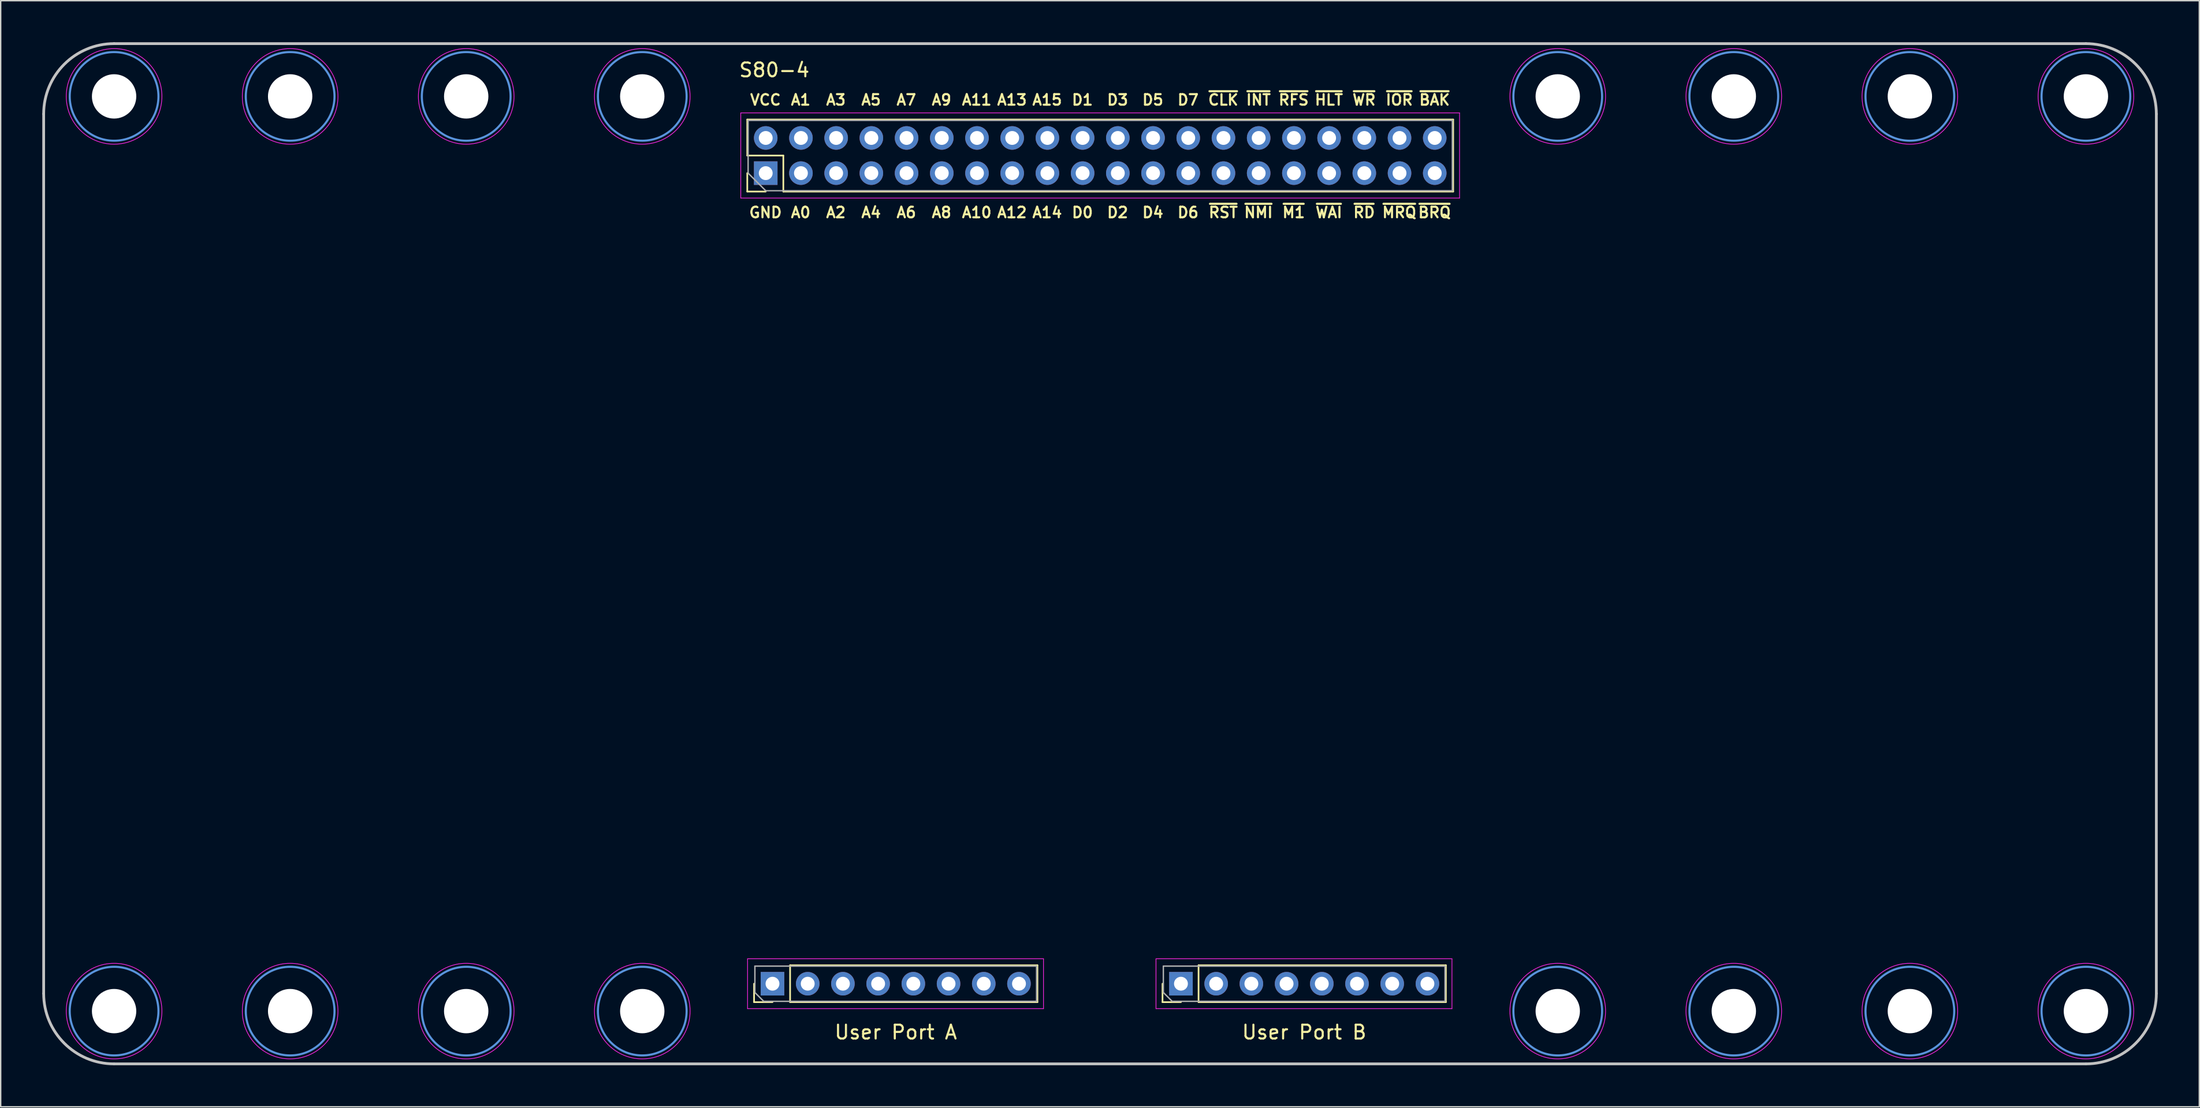
<source format=kicad_pcb>
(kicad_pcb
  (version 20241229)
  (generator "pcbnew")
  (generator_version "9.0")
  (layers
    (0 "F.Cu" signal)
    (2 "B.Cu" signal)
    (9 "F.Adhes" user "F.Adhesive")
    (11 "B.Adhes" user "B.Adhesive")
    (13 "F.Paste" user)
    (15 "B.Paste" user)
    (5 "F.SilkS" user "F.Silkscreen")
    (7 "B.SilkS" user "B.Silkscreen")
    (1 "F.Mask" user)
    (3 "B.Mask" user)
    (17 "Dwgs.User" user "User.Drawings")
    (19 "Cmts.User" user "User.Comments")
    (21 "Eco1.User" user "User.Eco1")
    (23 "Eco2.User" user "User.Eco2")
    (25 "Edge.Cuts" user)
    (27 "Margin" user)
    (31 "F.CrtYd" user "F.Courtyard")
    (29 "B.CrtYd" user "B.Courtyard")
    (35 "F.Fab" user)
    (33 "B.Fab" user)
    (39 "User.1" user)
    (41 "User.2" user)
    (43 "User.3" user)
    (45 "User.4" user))
  (footprint "S80-4"
    (layer "F.Cu")
    (at 76.3 36.93)
    (property "Reference" "S80-4" (at -23.495 -34.925 0) (layer "F.SilkS") (effects (font (size 1 1) (thickness 0.15))))
    (attr through_hole)
    (fp_line (start -25.444 -31.35) (end 25.476 -31.35) (stroke (width 0.12) (type solid)) (layer "F.SilkS"))
    (fp_line (start -25.444 -28.75) (end -25.444 -31.35) (stroke (width 0.12) (type solid)) (layer "F.SilkS"))
    (fp_line (start -25.444 -26.15) (end -25.444 -27.48) (stroke (width 0.12) (type solid)) (layer "F.SilkS"))
    (fp_line (start -24.955 32.372) (end -24.955 31.042) (stroke (width 0.12) (type solid)) (layer "F.SilkS"))
    (fp_line (start -24.114 -26.15) (end -25.444 -26.15) (stroke (width 0.12) (type solid)) (layer "F.SilkS"))
    (fp_line (start -23.625 32.372) (end -24.955 32.372) (stroke (width 0.12) (type solid)) (layer "F.SilkS"))
    (fp_line (start -22.844 -28.75) (end -25.444 -28.75) (stroke (width 0.12) (type solid)) (layer "F.SilkS"))
    (fp_line (start -22.844 -26.15) (end -22.844 -28.75) (stroke (width 0.12) (type solid)) (layer "F.SilkS"))
    (fp_line (start -22.844 -26.15) (end 25.476 -26.15) (stroke (width 0.12) (type solid)) (layer "F.SilkS"))
    (fp_line (start -22.355 29.712) (end -4.515 29.712) (stroke (width 0.12) (type solid)) (layer "F.SilkS"))
    (fp_line (start -22.355 32.372) (end -22.355 29.712) (stroke (width 0.12) (type solid)) (layer "F.SilkS"))
    (fp_line (start -22.355 32.372) (end -4.515 32.372) (stroke (width 0.12) (type solid)) (layer "F.SilkS"))
    (fp_line (start -4.515 32.372) (end -4.515 29.712) (stroke (width 0.12) (type solid)) (layer "F.SilkS"))
    (fp_line (start 4.509 32.372) (end 4.509 31.042) (stroke (width 0.12) (type solid)) (layer "F.SilkS"))
    (fp_line (start 5.839 32.372) (end 4.509 32.372) (stroke (width 0.12) (type solid)) (layer "F.SilkS"))
    (fp_line (start 7.109 29.712) (end 24.949 29.712) (stroke (width 0.12) (type solid)) (layer "F.SilkS"))
    (fp_line (start 7.109 32.372) (end 7.109 29.712) (stroke (width 0.12) (type solid)) (layer "F.SilkS"))
    (fp_line (start 7.109 32.372) (end 24.949 32.372) (stroke (width 0.12) (type solid)) (layer "F.SilkS"))
    (fp_line (start 24.949 32.372) (end 24.949 29.712) (stroke (width 0.12) (type solid)) (layer "F.SilkS"))
    (fp_line (start 25.476 -26.15) (end 25.476 -31.35) (stroke (width 0.12) (type solid)) (layer "F.SilkS"))
    (fp_line (start -76.2 -31.75) (end -76.2 31.75) (stroke (width 0.2) (type solid)) (layer "Dwgs.User"))
    (fp_line (start -71.12 -36.83) (end 71.12 -36.83) (stroke (width 0.2) (type solid)) (layer "Dwgs.User"))
    (fp_line (start -71.12 36.83) (end 71.12 36.83) (stroke (width 0.2) (type solid)) (layer "Dwgs.User"))
    (fp_line (start 76.2 -31.75) (end 76.2 31.75) (stroke (width 0.2) (type solid)) (layer "Dwgs.User"))
    (fp_arc (start -76.2 -31.75) (mid -74.712102 -35.342102) (end -71.12 -36.83) (stroke (width 0.2) (type solid)) (layer "Dwgs.User"))
    (fp_arc (start -71.12 36.83) (mid -74.712102 35.342102) (end -76.2 31.75) (stroke (width 0.2) (type solid)) (layer "Dwgs.User"))
    (fp_arc (start 71.12 -36.83) (mid 74.712102 -35.342102) (end 76.2 -31.75) (stroke (width 0.2) (type solid)) (layer "Dwgs.User"))
    (fp_arc (start 76.2 31.75) (mid 74.712102 35.342102) (end 71.12 36.83) (stroke (width 0.2) (type solid)) (layer "Dwgs.User"))
    (fp_circle (center -71.12 -33.02) (end -67.92 -33.02) (stroke (width 0.15) (type solid)) (fill no) (layer "Cmts.User"))
    (fp_circle (center -71.12 33.02) (end -67.92 33.02) (stroke (width 0.15) (type solid)) (fill no) (layer "Cmts.User"))
    (fp_circle (center -58.42 -33.02) (end -55.22 -33.02) (stroke (width 0.15) (type solid)) (fill no) (layer "Cmts.User"))
    (fp_circle (center -58.42 33.02) (end -55.22 33.02) (stroke (width 0.15) (type solid)) (fill no) (layer "Cmts.User"))
    (fp_circle (center -45.72 -33.02) (end -42.52 -33.02) (stroke (width 0.15) (type solid)) (fill no) (layer "Cmts.User"))
    (fp_circle (center -45.72 33.02) (end -42.52 33.02) (stroke (width 0.15) (type solid)) (fill no) (layer "Cmts.User"))
    (fp_circle (center -33.02 -33.02) (end -29.82 -33.02) (stroke (width 0.15) (type solid)) (fill no) (layer "Cmts.User"))
    (fp_circle (center -33.02 33.02) (end -29.82 33.02) (stroke (width 0.15) (type solid)) (fill no) (layer "Cmts.User"))
    (fp_circle (center 33.02 -33.02) (end 36.22 -33.02) (stroke (width 0.15) (type solid)) (fill no) (layer "Cmts.User"))
    (fp_circle (center 33.02 33.02) (end 36.22 33.02) (stroke (width 0.15) (type solid)) (fill no) (layer "Cmts.User"))
    (fp_circle (center 45.72 -33.02) (end 48.92 -33.02) (stroke (width 0.15) (type solid)) (fill no) (layer "Cmts.User"))
    (fp_circle (center 45.72 33.02) (end 48.92 33.02) (stroke (width 0.15) (type solid)) (fill no) (layer "Cmts.User"))
    (fp_circle (center 58.42 -33.02) (end 61.62 -33.02) (stroke (width 0.15) (type solid)) (fill no) (layer "Cmts.User"))
    (fp_circle (center 58.42 33.02) (end 61.62 33.02) (stroke (width 0.15) (type solid)) (fill no) (layer "Cmts.User"))
    (fp_circle (center 71.12 -33.02) (end 74.32 -33.02) (stroke (width 0.15) (type solid)) (fill no) (layer "Cmts.User"))
    (fp_circle (center 71.12 33.02) (end 74.32 33.02) (stroke (width 0.15) (type solid)) (fill no) (layer "Cmts.User"))
    (fp_line (start -25.914 -31.83) (end -25.914 -25.68) (stroke (width 0.05) (type solid)) (layer "F.CrtYd"))
    (fp_line (start -25.914 -25.68) (end 25.936 -25.68) (stroke (width 0.05) (type solid)) (layer "F.CrtYd"))
    (fp_line (start -25.425 29.242) (end -25.425 32.842) (stroke (width 0.05) (type solid)) (layer "F.CrtYd"))
    (fp_line (start -25.425 32.842) (end -4.075 32.842) (stroke (width 0.05) (type solid)) (layer "F.CrtYd"))
    (fp_line (start -4.075 29.242) (end -25.425 29.242) (stroke (width 0.05) (type solid)) (layer "F.CrtYd"))
    (fp_line (start -4.075 32.842) (end -4.075 29.242) (stroke (width 0.05) (type solid)) (layer "F.CrtYd"))
    (fp_line (start 4.039 29.242) (end 4.039 32.842) (stroke (width 0.05) (type solid)) (layer "F.CrtYd"))
    (fp_line (start 4.039 32.842) (end 25.389 32.842) (stroke (width 0.05) (type solid)) (layer "F.CrtYd"))
    (fp_line (start 25.389 29.242) (end 4.039 29.242) (stroke (width 0.05) (type solid)) (layer "F.CrtYd"))
    (fp_line (start 25.389 32.842) (end 25.389 29.242) (stroke (width 0.05) (type solid)) (layer "F.CrtYd"))
    (fp_line (start 25.936 -31.83) (end -25.914 -31.83) (stroke (width 0.05) (type solid)) (layer "F.CrtYd"))
    (fp_line (start 25.936 -25.68) (end 25.936 -31.83) (stroke (width 0.05) (type solid)) (layer "F.CrtYd"))
    (fp_circle (center -71.12 -33.02) (end -67.67 -33.02) (stroke (width 0.05) (type solid)) (fill no) (layer "F.CrtYd"))
    (fp_circle (center -71.12 33.02) (end -67.67 33.02) (stroke (width 0.05) (type solid)) (fill no) (layer "F.CrtYd"))
    (fp_circle (center -58.42 -33.02) (end -54.97 -33.02) (stroke (width 0.05) (type solid)) (fill no) (layer "F.CrtYd"))
    (fp_circle (center -58.42 33.02) (end -54.97 33.02) (stroke (width 0.05) (type solid)) (fill no) (layer "F.CrtYd"))
    (fp_circle (center -45.72 -33.02) (end -42.27 -33.02) (stroke (width 0.05) (type solid)) (fill no) (layer "F.CrtYd"))
    (fp_circle (center -45.72 33.02) (end -42.27 33.02) (stroke (width 0.05) (type solid)) (fill no) (layer "F.CrtYd"))
    (fp_circle (center -33.02 -33.02) (end -29.57 -33.02) (stroke (width 0.05) (type solid)) (fill no) (layer "F.CrtYd"))
    (fp_circle (center -33.02 33.02) (end -29.57 33.02) (stroke (width 0.05) (type solid)) (fill no) (layer "F.CrtYd"))
    (fp_circle (center 33.02 -33.02) (end 36.47 -33.02) (stroke (width 0.05) (type solid)) (fill no) (layer "F.CrtYd"))
    (fp_circle (center 33.02 33.02) (end 36.47 33.02) (stroke (width 0.05) (type solid)) (fill no) (layer "F.CrtYd"))
    (fp_circle (center 45.72 -33.02) (end 49.17 -33.02) (stroke (width 0.05) (type solid)) (fill no) (layer "F.CrtYd"))
    (fp_circle (center 45.72 33.02) (end 49.17 33.02) (stroke (width 0.05) (type solid)) (fill no) (layer "F.CrtYd"))
    (fp_circle (center 58.42 -33.02) (end 61.87 -33.02) (stroke (width 0.05) (type solid)) (fill no) (layer "F.CrtYd"))
    (fp_circle (center 58.42 33.02) (end 61.87 33.02) (stroke (width 0.05) (type solid)) (fill no) (layer "F.CrtYd"))
    (fp_circle (center 71.12 -33.02) (end 74.57 -33.02) (stroke (width 0.05) (type solid)) (fill no) (layer "F.CrtYd"))
    (fp_circle (center 71.12 33.02) (end 74.57 33.02) (stroke (width 0.05) (type solid)) (fill no) (layer "F.CrtYd"))
    (fp_line (start -25.384 -31.29) (end 25.416 -31.29) (stroke (width 0.1) (type solid)) (layer "F.Fab"))
    (fp_line (start -25.384 -27.48) (end -25.384 -31.29) (stroke (width 0.1) (type solid)) (layer "F.Fab"))
    (fp_line (start -24.895 29.772) (end -4.575 29.772) (stroke (width 0.1) (type solid)) (layer "F.Fab"))
    (fp_line (start -24.895 31.677) (end -24.895 29.772) (stroke (width 0.1) (type solid)) (layer "F.Fab"))
    (fp_line (start -24.26 32.312) (end -24.895 31.677) (stroke (width 0.1) (type solid)) (layer "F.Fab"))
    (fp_line (start -24.114 -26.21) (end -25.384 -27.48) (stroke (width 0.1) (type solid)) (layer "F.Fab"))
    (fp_line (start -4.575 29.772) (end -4.575 32.312) (stroke (width 0.1) (type solid)) (layer "F.Fab"))
    (fp_line (start -4.575 32.312) (end -24.26 32.312) (stroke (width 0.1) (type solid)) (layer "F.Fab"))
    (fp_line (start 4.569 29.772) (end 24.889 29.772) (stroke (width 0.1) (type solid)) (layer "F.Fab"))
    (fp_line (start 4.569 31.677) (end 4.569 29.772) (stroke (width 0.1) (type solid)) (layer "F.Fab"))
    (fp_line (start 5.204 32.312) (end 4.569 31.677) (stroke (width 0.1) (type solid)) (layer "F.Fab"))
    (fp_line (start 24.889 29.772) (end 24.889 32.312) (stroke (width 0.1) (type solid)) (layer "F.Fab"))
    (fp_line (start 24.889 32.312) (end 5.204 32.312) (stroke (width 0.1) (type solid)) (layer "F.Fab"))
    (fp_line (start 25.416 -31.29) (end 25.416 -26.21) (stroke (width 0.1) (type solid)) (layer "F.Fab"))
    (fp_line (start 25.416 -26.21) (end -24.114 -26.21) (stroke (width 0.1) (type solid)) (layer "F.Fab"))
    (fp_text user "~{WR}" (at 19.05 -32.766 0) (layer "F.SilkS") (effects (font (size 0.762 0.762) (thickness 0.15))))
    (fp_text user "~{INT}" (at 11.43 -32.766 0) (layer "F.SilkS") (effects (font (size 0.762 0.762) (thickness 0.15))))
    (fp_text user "~{RFS}" (at 13.97 -32.766 0) (layer "F.SilkS") (effects (font (size 0.762 0.762) (thickness 0.15))))
    (fp_text user "~{BRQ}" (at 24.13 -24.638 0) (layer "F.SilkS") (effects (font (size 0.762 0.762) (thickness 0.15))))
    (fp_text user "D1" (at -1.27 -32.766 0) (layer "F.SilkS") (effects (font (size 0.762 0.762) (thickness 0.15))))
    (fp_text user "D0" (at -1.27 -24.638 0) (layer "F.SilkS") (effects (font (size 0.762 0.762) (thickness 0.15))))
    (fp_text user "~{CLK}" (at 8.89 -32.766 0) (layer "F.SilkS") (effects (font (size 0.762 0.762) (thickness 0.15))))
    (fp_text user "A15" (at -3.81 -32.766 0) (layer "F.SilkS") (effects (font (size 0.762 0.762) (thickness 0.15))))
    (fp_text user "A11" (at -8.89 -32.766 0) (layer "F.SilkS") (effects (font (size 0.762 0.762) (thickness 0.15))))
    (fp_text user "A10" (at -8.89 -24.638 0) (layer "F.SilkS") (effects (font (size 0.762 0.762) (thickness 0.15))))
    (fp_text user "A12" (at -6.35 -24.638 0) (layer "F.SilkS") (effects (font (size 0.762 0.762) (thickness 0.15))))
    (fp_text user "User Port A" (at -14.732 34.544 0) (layer "F.SilkS") (effects (font (size 1 1) (thickness 0.15))))
    (fp_text user "A6" (at -13.97 -24.638 0) (layer "F.SilkS") (effects (font (size 0.762 0.762) (thickness 0.15))))
    (fp_text user "A8" (at -11.43 -24.638 0) (layer "F.SilkS") (effects (font (size 0.762 0.762) (thickness 0.15))))
    (fp_text user "~{WAI}" (at 16.51 -24.638 0) (layer "F.SilkS") (effects (font (size 0.762 0.762) (thickness 0.15))))
    (fp_text user "A1" (at -21.59 -32.766 0) (layer "F.SilkS") (effects (font (size 0.762 0.762) (thickness 0.15))))
    (fp_text user "~{M1}" (at 13.97 -24.638 0) (layer "F.SilkS") (effects (font (size 0.762 0.762) (thickness 0.15))))
    (fp_text user "D2" (at 1.27 -24.638 0) (layer "F.SilkS") (effects (font (size 0.762 0.762) (thickness 0.15))))
    (fp_text user "A4" (at -16.51 -24.638 0) (layer "F.SilkS") (effects (font (size 0.762 0.762) (thickness 0.15))))
    (fp_text user "A9" (at -11.43 -32.766 0) (layer "F.SilkS") (effects (font (size 0.762 0.762) (thickness 0.15))))
    (fp_text user "~{RST}" (at 8.89 -24.638 0) (layer "F.SilkS") (effects (font (size 0.762 0.762) (thickness 0.15))))
    (fp_text user "GND" (at -24.13 -24.638 0) (layer "F.SilkS") (effects (font (size 0.762 0.762) (thickness 0.15))))
    (fp_text user "D5" (at 3.81 -32.766 0) (layer "F.SilkS") (effects (font (size 0.762 0.762) (thickness 0.15))))
    (fp_text user "A7" (at -13.97 -32.766 0) (layer "F.SilkS") (effects (font (size 0.762 0.762) (thickness 0.15))))
    (fp_text user "D3" (at 1.27 -32.766 0) (layer "F.SilkS") (effects (font (size 0.762 0.762) (thickness 0.15))))
    (fp_text user "A3" (at -19.05 -32.766 0) (layer "F.SilkS") (effects (font (size 0.762 0.762) (thickness 0.15))))
    (fp_text user "A2" (at -19.05 -24.638 0) (layer "F.SilkS") (effects (font (size 0.762 0.762) (thickness 0.15))))
    (fp_text user "~{HLT}" (at 16.51 -32.766 0) (layer "F.SilkS") (effects (font (size 0.762 0.762) (thickness 0.15))))
    (fp_text user "User Port B" (at 14.732 34.544 0) (layer "F.SilkS") (effects (font (size 1 1) (thickness 0.15))))
    (fp_text user "~{MRQ}" (at 21.59 -24.638 0) (layer "F.SilkS") (effects (font (size 0.762 0.762) (thickness 0.15))))
    (fp_text user "~{RD}" (at 19.05 -24.638 0) (layer "F.SilkS") (effects (font (size 0.762 0.762) (thickness 0.15))))
    (fp_text user "A13" (at -6.35 -32.766 0) (layer "F.SilkS") (effects (font (size 0.762 0.762) (thickness 0.15))))
    (fp_text user "A14" (at -3.81 -24.638 0) (layer "F.SilkS") (effects (font (size 0.762 0.762) (thickness 0.15))))
    (fp_text user "~{IOR}" (at 21.59 -32.766 0) (layer "F.SilkS") (effects (font (size 0.762 0.762) (thickness 0.15))))
    (fp_text user "D6" (at 6.35 -24.638 0) (layer "F.SilkS") (effects (font (size 0.762 0.762) (thickness 0.15))))
    (fp_text user "A5" (at -16.51 -32.766 0) (layer "F.SilkS") (effects (font (size 0.762 0.762) (thickness 0.15))))
    (fp_text user "~{NMI}" (at 11.43 -24.638 0) (layer "F.SilkS") (effects (font (size 0.762 0.762) (thickness 0.15))))
    (fp_text user "VCC" (at -24.13 -32.766 0) (layer "F.SilkS") (effects (font (size 0.762 0.762) (thickness 0.15))))
    (fp_text user "A0" (at -21.59 -24.638 0) (layer "F.SilkS") (effects (font (size 0.762 0.762) (thickness 0.15))))
    (fp_text user "D4" (at 3.81 -24.638 0) (layer "F.SilkS") (effects (font (size 0.762 0.762) (thickness 0.15))))
    (fp_text user "D7" (at 6.35 -32.766 0) (layer "F.SilkS") (effects (font (size 0.762 0.762) (thickness 0.15))))
    (fp_text user "~{BAK}" (at 24.13 -32.766 0) (layer "F.SilkS") (effects (font (size 0.762 0.762) (thickness 0.15))))
    (pad "" np_thru_hole circle (at -71.12 -33.02) (size 3.2 3.2) (drill 3.2) (layers "*.Cu" "*.Mask"))
    (pad "" np_thru_hole circle (at -71.12 33.02) (size 3.2 3.2) (drill 3.2) (layers "*.Cu" "*.Mask"))
    (pad "" np_thru_hole circle (at -58.42 -33.02) (size 3.2 3.2) (drill 3.2) (layers "*.Cu" "*.Mask"))
    (pad "" np_thru_hole circle (at -58.42 33.02) (size 3.2 3.2) (drill 3.2) (layers "*.Cu" "*.Mask"))
    (pad "" np_thru_hole circle (at -45.72 -33.02) (size 3.2 3.2) (drill 3.2) (layers "*.Cu" "*.Mask"))
    (pad "" np_thru_hole circle (at -45.72 33.02) (size 3.2 3.2) (drill 3.2) (layers "*.Cu" "*.Mask"))
    (pad "" np_thru_hole circle (at -33.02 -33.02) (size 3.2 3.2) (drill 3.2) (layers "*.Cu" "*.Mask"))
    (pad "" np_thru_hole circle (at -33.02 33.02) (size 3.2 3.2) (drill 3.2) (layers "*.Cu" "*.Mask"))
    (pad "" np_thru_hole circle (at 33.02 -33.02) (size 3.2 3.2) (drill 3.2) (layers "*.Cu" "*.Mask"))
    (pad "" np_thru_hole circle (at 33.02 33.02) (size 3.2 3.2) (drill 3.2) (layers "*.Cu" "*.Mask"))
    (pad "" np_thru_hole circle (at 45.72 -33.02) (size 3.2 3.2) (drill 3.2) (layers "*.Cu" "*.Mask"))
    (pad "" np_thru_hole circle (at 45.72 33.02) (size 3.2 3.2) (drill 3.2) (layers "*.Cu" "*.Mask"))
    (pad "" np_thru_hole circle (at 58.42 -33.02) (size 3.2 3.2) (drill 3.2) (layers "*.Cu" "*.Mask"))
    (pad "" np_thru_hole circle (at 58.42 33.02) (size 3.2 3.2) (drill 3.2) (layers "*.Cu" "*.Mask"))
    (pad "" np_thru_hole circle (at 71.12 -33.02) (size 3.2 3.2) (drill 3.2) (layers "*.Cu" "*.Mask"))
    (pad "" np_thru_hole circle (at 71.12 33.02) (size 3.2 3.2) (drill 3.2) (layers "*.Cu" "*.Mask"))
    (pad "1" thru_hole rect (at -24.114 -27.48 90) (size 1.7 1.7) (drill 1) (layers "*.Cu" "*.Mask"))
    (pad "2" thru_hole oval (at -24.114 -30.02 90) (size 1.7 1.7) (drill 1) (layers "*.Cu" "*.Mask"))
    (pad "3" thru_hole oval (at -21.574 -27.48 90) (size 1.7 1.7) (drill 1) (layers "*.Cu" "*.Mask"))
    (pad "4" thru_hole oval (at -21.574 -30.02 90) (size 1.7 1.7) (drill 1) (layers "*.Cu" "*.Mask"))
    (pad "5" thru_hole oval (at -19.034 -27.48 90) (size 1.7 1.7) (drill 1) (layers "*.Cu" "*.Mask"))
    (pad "6" thru_hole oval (at -19.034 -30.02 90) (size 1.7 1.7) (drill 1) (layers "*.Cu" "*.Mask"))
    (pad "7" thru_hole oval (at -16.494 -27.48 90) (size 1.7 1.7) (drill 1) (layers "*.Cu" "*.Mask"))
    (pad "8" thru_hole oval (at -16.494 -30.02 90) (size 1.7 1.7) (drill 1) (layers "*.Cu" "*.Mask"))
    (pad "9" thru_hole oval (at -13.954 -27.48 90) (size 1.7 1.7) (drill 1) (layers "*.Cu" "*.Mask"))
    (pad "10" thru_hole oval (at -13.954 -30.02 90) (size 1.7 1.7) (drill 1) (layers "*.Cu" "*.Mask"))
    (pad "11" thru_hole oval (at -11.414 -27.48 90) (size 1.7 1.7) (drill 1) (layers "*.Cu" "*.Mask"))
    (pad "12" thru_hole oval (at -11.414 -30.02 90) (size 1.7 1.7) (drill 1) (layers "*.Cu" "*.Mask"))
    (pad "13" thru_hole oval (at -8.874 -27.48 90) (size 1.7 1.7) (drill 1) (layers "*.Cu" "*.Mask"))
    (pad "14" thru_hole oval (at -8.874 -30.02 90) (size 1.7 1.7) (drill 1) (layers "*.Cu" "*.Mask"))
    (pad "15" thru_hole oval (at -6.334 -27.48 90) (size 1.7 1.7) (drill 1) (layers "*.Cu" "*.Mask"))
    (pad "16" thru_hole oval (at -6.334 -30.02 90) (size 1.7 1.7) (drill 1) (layers "*.Cu" "*.Mask"))
    (pad "17" thru_hole oval (at -3.794 -27.48 90) (size 1.7 1.7) (drill 1) (layers "*.Cu" "*.Mask"))
    (pad "18" thru_hole oval (at -3.794 -30.02 90) (size 1.7 1.7) (drill 1) (layers "*.Cu" "*.Mask"))
    (pad "19" thru_hole oval (at -1.254 -27.48 90) (size 1.7 1.7) (drill 1) (layers "*.Cu" "*.Mask"))
    (pad "20" thru_hole oval (at -1.254 -30.02 90) (size 1.7 1.7) (drill 1) (layers "*.Cu" "*.Mask"))
    (pad "21" thru_hole oval (at 1.286 -27.48 90) (size 1.7 1.7) (drill 1) (layers "*.Cu" "*.Mask"))
    (pad "22" thru_hole oval (at 1.286 -30.02 90) (size 1.7 1.7) (drill 1) (layers "*.Cu" "*.Mask"))
    (pad "23" thru_hole oval (at 3.826 -27.48 90) (size 1.7 1.7) (drill 1) (layers "*.Cu" "*.Mask"))
    (pad "24" thru_hole oval (at 3.826 -30.02 90) (size 1.7 1.7) (drill 1) (layers "*.Cu" "*.Mask"))
    (pad "25" thru_hole oval (at 6.366 -27.48 90) (size 1.7 1.7) (drill 1) (layers "*.Cu" "*.Mask"))
    (pad "26" thru_hole oval (at 6.366 -30.02 90) (size 1.7 1.7) (drill 1) (layers "*.Cu" "*.Mask"))
    (pad "27" thru_hole oval (at 8.906 -27.48 90) (size 1.7 1.7) (drill 1) (layers "*.Cu" "*.Mask"))
    (pad "28" thru_hole oval (at 8.906 -30.02 90) (size 1.7 1.7) (drill 1) (layers "*.Cu" "*.Mask"))
    (pad "29" thru_hole oval (at 11.446 -27.48 90) (size 1.7 1.7) (drill 1) (layers "*.Cu" "*.Mask"))
    (pad "30" thru_hole oval (at 11.446 -30.02 90) (size 1.7 1.7) (drill 1) (layers "*.Cu" "*.Mask"))
    (pad "31" thru_hole oval (at 13.986 -27.48 90) (size 1.7 1.7) (drill 1) (layers "*.Cu" "*.Mask"))
    (pad "32" thru_hole oval (at 13.986 -30.02 90) (size 1.7 1.7) (drill 1) (layers "*.Cu" "*.Mask"))
    (pad "33" thru_hole oval (at 16.526 -27.48 90) (size 1.7 1.7) (drill 1) (layers "*.Cu" "*.Mask"))
    (pad "34" thru_hole oval (at 16.526 -30.02 90) (size 1.7 1.7) (drill 1) (layers "*.Cu" "*.Mask"))
    (pad "35" thru_hole oval (at 19.066 -27.48 90) (size 1.7 1.7) (drill 1) (layers "*.Cu" "*.Mask"))
    (pad "36" thru_hole oval (at 19.066 -30.02 90) (size 1.7 1.7) (drill 1) (layers "*.Cu" "*.Mask"))
    (pad "37" thru_hole oval (at 21.606 -27.48 90) (size 1.7 1.7) (drill 1) (layers "*.Cu" "*.Mask"))
    (pad "38" thru_hole oval (at 21.606 -30.02 90) (size 1.7 1.7) (drill 1) (layers "*.Cu" "*.Mask"))
    (pad "39" thru_hole oval (at 24.146 -27.48 90) (size 1.7 1.7) (drill 1) (layers "*.Cu" "*.Mask"))
    (pad "40" thru_hole oval (at 24.146 -30.02 90) (size 1.7 1.7) (drill 1) (layers "*.Cu" "*.Mask"))
    (pad "41" thru_hole rect (at -23.625 31.042 90) (size 1.7 1.7) (drill 1) (layers "*.Cu" "*.Mask"))
    (pad "42" thru_hole oval (at -21.085 31.042 90) (size 1.7 1.7) (drill 1) (layers "*.Cu" "*.Mask"))
    (pad "43" thru_hole oval (at -18.545 31.042 90) (size 1.7 1.7) (drill 1) (layers "*.Cu" "*.Mask"))
    (pad "44" thru_hole oval (at -16.005 31.042 90) (size 1.7 1.7) (drill 1) (layers "*.Cu" "*.Mask"))
    (pad "45" thru_hole oval (at -13.465 31.042 90) (size 1.7 1.7) (drill 1) (layers "*.Cu" "*.Mask"))
    (pad "46" thru_hole oval (at -10.925 31.042 90) (size 1.7 1.7) (drill 1) (layers "*.Cu" "*.Mask"))
    (pad "47" thru_hole oval (at -8.385 31.042 90) (size 1.7 1.7) (drill 1) (layers "*.Cu" "*.Mask"))
    (pad "48" thru_hole oval (at -5.845 31.042 90) (size 1.7 1.7) (drill 1) (layers "*.Cu" "*.Mask"))
    (pad "49" thru_hole rect (at 5.839 31.042 90) (size 1.7 1.7) (drill 1) (layers "*.Cu" "*.Mask"))
    (pad "50" thru_hole oval (at 8.379 31.042 90) (size 1.7 1.7) (drill 1) (layers "*.Cu" "*.Mask"))
    (pad "51" thru_hole oval (at 10.919 31.042 90) (size 1.7 1.7) (drill 1) (layers "*.Cu" "*.Mask"))
    (pad "52" thru_hole oval (at 13.459 31.042 90) (size 1.7 1.7) (drill 1) (layers "*.Cu" "*.Mask"))
    (pad "53" thru_hole oval (at 15.999 31.042 90) (size 1.7 1.7) (drill 1) (layers "*.Cu" "*.Mask"))
    (pad "54" thru_hole oval (at 18.539 31.042 90) (size 1.7 1.7) (drill 1) (layers "*.Cu" "*.Mask"))
    (pad "55" thru_hole oval (at 21.079 31.042 90) (size 1.7 1.7) (drill 1) (layers "*.Cu" "*.Mask"))
    (pad "56" thru_hole oval (at 23.619 31.042 90) (size 1.7 1.7) (drill 1) (layers "*.Cu" "*.Mask")))
  (gr_rect
    (start -3 -3)
    (end 155.6 76.86)
    (stroke (width 0.1) (type default))
    (fill no)
    (layer "Edge.Cuts")))
</source>
